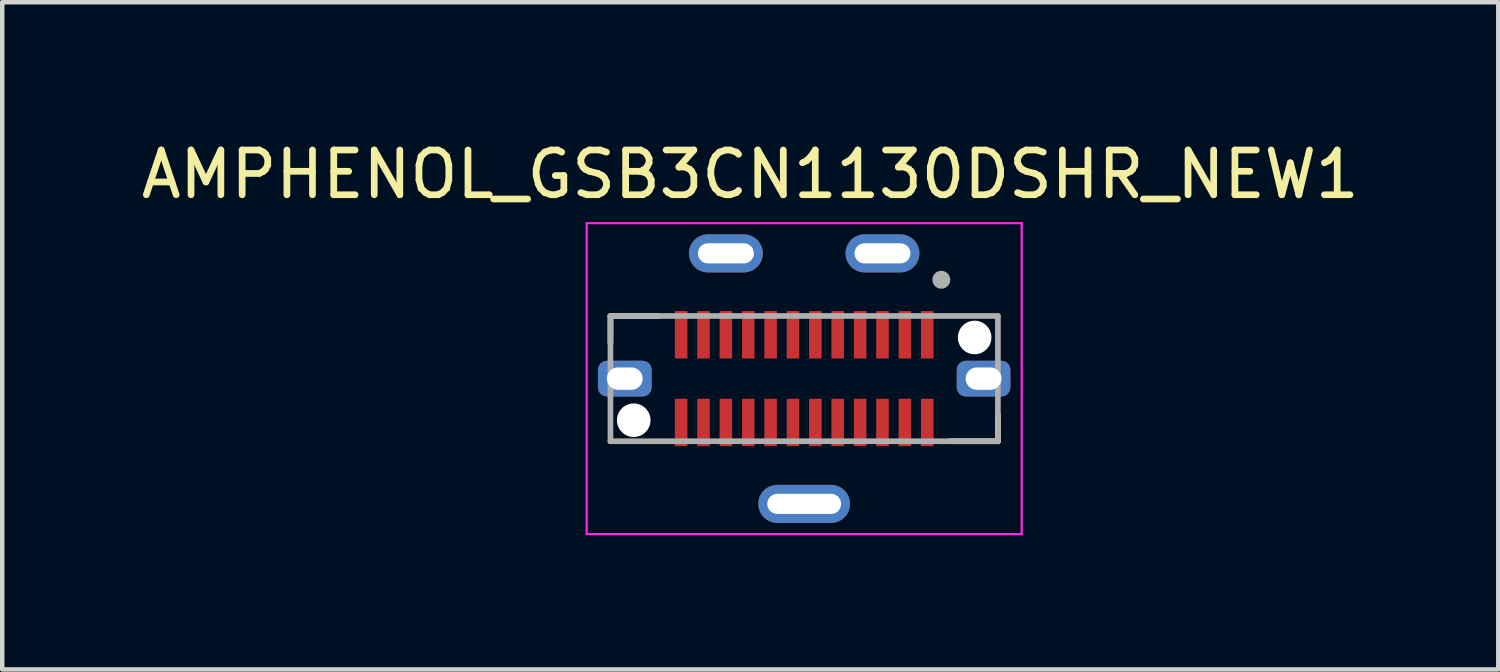
<source format=kicad_pcb>
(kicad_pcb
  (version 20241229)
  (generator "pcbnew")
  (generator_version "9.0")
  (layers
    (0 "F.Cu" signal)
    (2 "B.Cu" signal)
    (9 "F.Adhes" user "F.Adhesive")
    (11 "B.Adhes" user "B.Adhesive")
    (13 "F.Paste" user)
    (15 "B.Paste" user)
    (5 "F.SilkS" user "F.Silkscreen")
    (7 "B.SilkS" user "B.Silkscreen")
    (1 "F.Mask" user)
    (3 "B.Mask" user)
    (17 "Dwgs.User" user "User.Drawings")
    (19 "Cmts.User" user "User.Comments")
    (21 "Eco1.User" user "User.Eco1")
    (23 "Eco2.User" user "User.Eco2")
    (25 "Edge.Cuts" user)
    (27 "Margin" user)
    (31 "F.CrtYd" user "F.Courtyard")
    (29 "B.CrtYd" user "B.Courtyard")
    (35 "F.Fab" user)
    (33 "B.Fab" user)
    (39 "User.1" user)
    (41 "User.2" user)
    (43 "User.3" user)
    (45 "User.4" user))
  (footprint "AMPHENOL_GSB3CN1130DSHR_NEW1"
    (layer "F.Cu")
    (at 14.925 5.413)
    (property "Reference" "AMPHENOL_GSB3CN1130DSHR_NEW1" (at -1.205 -4.565 0) (layer "F.SilkS") (effects (font (size 1 1) (thickness 0.15))))
    (attr smd)
    (fp_line (start -4.33 -1.4) (end -4.33 -0.8) (stroke (width 0.127) (type solid)) (layer "F.SilkS"))
    (fp_line (start -3.25 -1.4) (end -4.33 -1.4) (stroke (width 0.127) (type solid)) (layer "F.SilkS"))
    (fp_line (start 3.25 1.4) (end 4.33 1.4) (stroke (width 0.127) (type solid)) (layer "F.SilkS"))
    (fp_line (start 4.33 1.4) (end 4.33 0.8) (stroke (width 0.127) (type solid)) (layer "F.SilkS"))
    (fp_line (start -4.861 -3.475) (end -4.861 3.475) (stroke (width 0.05) (type solid)) (layer "F.CrtYd"))
    (fp_line (start -4.861 3.475) (end 4.861 3.475) (stroke (width 0.05) (type solid)) (layer "F.CrtYd"))
    (fp_line (start 4.861 -3.475) (end -4.861 -3.475) (stroke (width 0.05) (type solid)) (layer "F.CrtYd"))
    (fp_line (start 4.861 3.475) (end 4.861 -3.475) (stroke (width 0.05) (type solid)) (layer "F.CrtYd"))
    (fp_line (start -4.33 -1.4) (end 4.33 -1.4) (stroke (width 0.127) (type solid)) (layer "F.Fab"))
    (fp_line (start -4.33 1.4) (end -4.33 -1.4) (stroke (width 0.127) (type solid)) (layer "F.Fab"))
    (fp_line (start 4.33 -1.4) (end 4.33 1.4) (stroke (width 0.127) (type solid)) (layer "F.Fab"))
    (fp_line (start 4.33 1.4) (end -4.33 1.4) (stroke (width 0.127) (type solid)) (layer "F.Fab"))
    (fp_circle (center 3.065 -2.21) (end 3.165 -2.21) (stroke (width 0.2) (type solid)) (fill no) (layer "F.Fab"))
    (pad "" np_thru_hole circle (at -3.81 0.93) (size 0.75 0.75) (drill 0.75) (layers "*.Cu" "*.Mask"))
    (pad "" np_thru_hole circle (at 3.81 -0.92) (size 0.75 0.75) (drill 0.75) (layers "*.Cu" "*.Mask"))
    (pad "A1" smd rect (at 2.75 -0.98) (size 0.28 1.06) (layers "F.Cu" "F.Mask" "F.Paste"))
    (pad "A2" smd rect (at 2.25 -0.98) (size 0.28 1.06) (layers "F.Cu" "F.Mask" "F.Paste"))
    (pad "A3" smd rect (at 1.75 -0.98) (size 0.28 1.06) (layers "F.Cu" "F.Mask" "F.Paste"))
    (pad "A4" smd rect (at 1.25 -0.98) (size 0.28 1.06) (layers "F.Cu" "F.Mask" "F.Paste"))
    (pad "A5" smd rect (at 0.75 -0.98) (size 0.28 1.06) (layers "F.Cu" "F.Mask" "F.Paste"))
    (pad "A6" smd rect (at 0.25 -0.98) (size 0.28 1.06) (layers "F.Cu" "F.Mask" "F.Paste"))
    (pad "A7" smd rect (at -0.25 -0.98) (size 0.28 1.06) (layers "F.Cu" "F.Mask" "F.Paste"))
    (pad "A8" smd rect (at -0.75 -0.98) (size 0.28 1.06) (layers "F.Cu" "F.Mask" "F.Paste"))
    (pad "A9" smd rect (at -1.25 -0.98) (size 0.28 1.06) (layers "F.Cu" "F.Mask" "F.Paste"))
    (pad "A10" smd rect (at -1.75 -0.98) (size 0.28 1.06) (layers "F.Cu" "F.Mask" "F.Paste"))
    (pad "A11" smd rect (at -2.25 -0.98) (size 0.28 1.06) (layers "F.Cu" "F.Mask" "F.Paste"))
    (pad "A12" smd rect (at -2.75 -0.98) (size 0.28 1.06) (layers "F.Cu" "F.Mask" "F.Paste"))
    (pad "B1" smd rect (at 2.75 0.98) (size 0.28 1.06) (layers "F.Cu" "F.Mask" "F.Paste"))
    (pad "B2" smd rect (at 2.25 0.98) (size 0.28 1.06) (layers "F.Cu" "F.Mask" "F.Paste"))
    (pad "B3" smd rect (at 1.75 0.98) (size 0.28 1.06) (layers "F.Cu" "F.Mask" "F.Paste"))
    (pad "B4" smd rect (at 1.25 0.98) (size 0.28 1.06) (layers "F.Cu" "F.Mask" "F.Paste"))
    (pad "B5" smd rect (at 0.75 0.98) (size 0.28 1.06) (layers "F.Cu" "F.Mask" "F.Paste"))
    (pad "B6" smd rect (at 0.25 0.98) (size 0.28 1.06) (layers "F.Cu" "F.Mask" "F.Paste"))
    (pad "B7" smd rect (at -0.25 0.98) (size 0.28 1.06) (layers "F.Cu" "F.Mask" "F.Paste"))
    (pad "B8" smd rect (at -0.75 0.98) (size 0.28 1.06) (layers "F.Cu" "F.Mask" "F.Paste"))
    (pad "B9" smd rect (at -1.25 0.98) (size 0.28 1.06) (layers "F.Cu" "F.Mask" "F.Paste"))
    (pad "B10" smd rect (at -1.75 0.98) (size 0.28 1.06) (layers "F.Cu" "F.Mask" "F.Paste"))
    (pad "B11" smd rect (at -2.25 0.98) (size 0.28 1.06) (layers "F.Cu" "F.Mask" "F.Paste"))
    (pad "B12" smd rect (at -2.75 0.98) (size 0.28 1.06) (layers "F.Cu" "F.Mask" "F.Paste"))
    (pad "SH1" thru_hole oval (at -1.75 -2.8) (size 1.65 0.85) (drill oval 1.25 0.45) (layers "*.Cu" "*.Mask"))
    (pad "SH2" thru_hole roundrect (at -4.01 0 270) (size 0.8 1.2) (drill oval 0.5 0.8) (layers "*.Cu" "*.Mask") (roundrect_rratio 0.25))
    (pad "SH3" thru_hole oval (at 1.75 -2.8) (size 1.65 0.85) (drill oval 1.25 0.45) (layers "*.Cu" "*.Mask"))
    (pad "SH4" thru_hole oval (at 0 2.8) (size 2.05 0.85) (drill oval 1.65 0.45) (layers "*.Cu" "*.Mask"))
    (pad "SH5" thru_hole roundrect (at 4.01 0 270) (size 0.8 1.2) (drill oval 0.5 0.8) (layers "*.Cu" "*.Mask") (roundrect_rratio 0.25)))
  (gr_rect
    (start -3 -3)
    (end 30.44 11.913)
    (stroke (width 0.1) (type default))
    (fill no)
    (layer "Edge.Cuts")))
</source>
